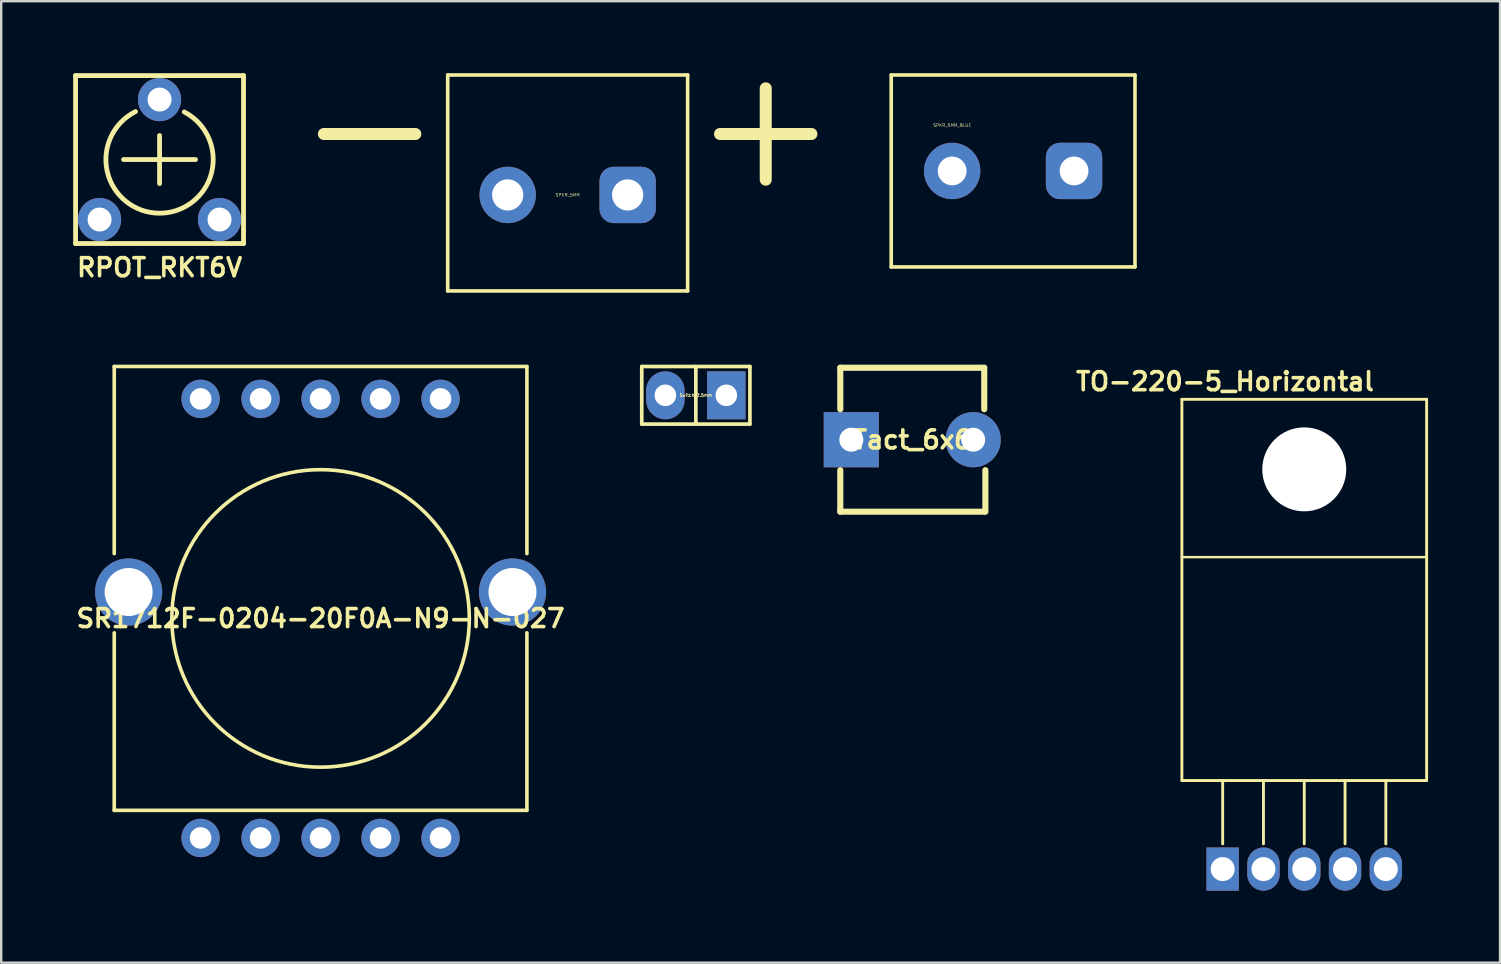
<source format=kicad_pcb>
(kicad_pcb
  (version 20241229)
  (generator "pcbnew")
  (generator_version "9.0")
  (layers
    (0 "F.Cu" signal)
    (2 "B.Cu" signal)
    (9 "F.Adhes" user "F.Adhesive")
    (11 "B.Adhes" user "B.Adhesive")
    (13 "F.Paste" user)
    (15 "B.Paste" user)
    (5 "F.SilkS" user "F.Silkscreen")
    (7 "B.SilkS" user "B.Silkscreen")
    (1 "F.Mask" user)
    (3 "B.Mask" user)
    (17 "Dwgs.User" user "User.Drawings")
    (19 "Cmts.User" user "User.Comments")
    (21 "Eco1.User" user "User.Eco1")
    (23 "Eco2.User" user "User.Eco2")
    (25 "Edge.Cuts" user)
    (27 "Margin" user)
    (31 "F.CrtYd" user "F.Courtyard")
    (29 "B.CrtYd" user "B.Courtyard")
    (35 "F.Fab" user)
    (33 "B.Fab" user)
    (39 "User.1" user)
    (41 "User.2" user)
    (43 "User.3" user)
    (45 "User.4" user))
  (footprint "Tact_6x6"
    (layer "F.Cu")
    (at 34.972 15.277)
    (property "Reference" "Tact_6x6" (at 0 0 180) (layer "F.SilkS") (effects (font (size 0.75 0.75) (thickness 0.15))))
    (attr through_hole)
    (fp_line (start -3 -3) (end -3 -1.27) (stroke (width 0.254) (type solid)) (layer "F.SilkS"))
    (fp_line (start -3 3) (end -3 1.27) (stroke (width 0.254) (type solid)) (layer "F.SilkS"))
    (fp_line (start -3 3) (end 3 3) (stroke (width 0.254) (type solid)) (layer "F.SilkS"))
    (fp_line (start 3 -3) (end -3 -3) (stroke (width 0.254) (type solid)) (layer "F.SilkS"))
    (fp_line (start 3 -1.27) (end 3 -3) (stroke (width 0.254) (type solid)) (layer "F.SilkS"))
    (fp_line (start 3.048 3) (end 3.048 1.27) (stroke (width 0.254) (type solid)) (layer "F.SilkS"))
    (pad "1" thru_hole rect (at -2.54 0) (size 2.3 2.3) (drill 1) (layers "*.Cu" "*.Mask"))
    (pad "2" thru_hole oval (at 2.54 0) (size 2.3 2.3) (drill 1) (layers "*.Cu" "*.Mask")))
  (footprint "Switch_2.5mm"
    (layer "F.Cu")
    (at 25.952 13.426)
    (property "Reference" "Switch_2.5mm" (at 0 0 0) (layer "F.SilkS") (effects (font (size 0.127 0.127) (thickness 0.025))))
    (attr through_hole)
    (fp_line (start -2.254 -1.2) (end 2.254 -1.2) (stroke (width 0.152) (type solid)) (layer "F.SilkS"))
    (fp_line (start -2.254 1.2) (end -2.254 -1.2) (stroke (width 0.152) (type solid)) (layer "F.SilkS"))
    (fp_line (start 0 1.2) (end 0 -1.2) (stroke (width 0.152) (type solid)) (layer "F.SilkS"))
    (fp_line (start 2.254 -1.2) (end 2.254 1.2) (stroke (width 0.152) (type solid)) (layer "F.SilkS"))
    (fp_line (start 2.254 1.2) (end -2.254 1.2) (stroke (width 0.152) (type solid)) (layer "F.SilkS"))
    (pad "1" thru_hole rect (at 1.27 0) (size 1.6 2) (drill 0.9) (layers "*.Cu" "*.Mask"))
    (pad "2" thru_hole oval (at -1.27 0) (size 1.6 2) (drill 0.9) (layers "*.Cu" "*.Mask")))
  (footprint "SR1712F-0204-20F0A-N9-N-027"
    (layer "F.Cu")
    (at 10.311 22.725)
    (property "Reference" "SR1712F-0204-20F0A-N9-N-027" (at 0 0 0) (layer "F.SilkS") (effects (font (size 0.75 0.75) (thickness 0.15))))
    (attr through_hole)
    (fp_line (start -8.6 -10.5) (end 8.6 -10.5) (stroke (width 0.15) (type solid)) (layer "F.SilkS"))
    (fp_line (start -8.6 -2.7) (end -8.6 -10.5) (stroke (width 0.15) (type solid)) (layer "F.SilkS"))
    (fp_line (start -8.6 8) (end -8.6 0.6) (stroke (width 0.15) (type solid)) (layer "F.SilkS"))
    (fp_line (start 8.6 -2.7) (end 8.6 -10.5) (stroke (width 0.15) (type solid)) (layer "F.SilkS"))
    (fp_line (start 8.6 0.6) (end 8.6 8) (stroke (width 0.15) (type solid)) (layer "F.SilkS"))
    (fp_line (start 8.6 8) (end -8.6 8) (stroke (width 0.15) (type solid)) (layer "F.SilkS"))
    (fp_circle (center 0 0) (end 6.2 0) (stroke (width 0.15) (type solid)) (fill no) (layer "F.SilkS"))
    (pad "" thru_hole circle (at -8 -1.1) (size 2.8 2.8) (drill 2) (layers "*.Cu" "*.Mask"))
    (pad "" thru_hole circle (at 8 -1.1) (size 2.8 2.8) (drill 2) (layers "*.Cu" "*.Mask"))
    (pad "1" thru_hole circle (at 5 9.15) (size 1.6 1.6) (drill 0.9) (layers "*.Cu" "*.Mask"))
    (pad "2" thru_hole circle (at 2.5 9.15) (size 1.6 1.6) (drill 0.9) (layers "*.Cu" "*.Mask"))
    (pad "3" thru_hole circle (at 0 9.15) (size 1.6 1.6) (drill 0.9) (layers "*.Cu" "*.Mask"))
    (pad "4" thru_hole circle (at -2.5 9.15) (size 1.6 1.6) (drill 0.9) (layers "*.Cu" "*.Mask"))
    (pad "5" thru_hole circle (at -5 9.15) (size 1.6 1.6) (drill 0.9) (layers "*.Cu" "*.Mask"))
    (pad "6" thru_hole circle (at -5 -9.15) (size 1.6 1.6) (drill 0.9) (layers "*.Cu" "*.Mask"))
    (pad "7" thru_hole circle (at -2.5 -9.15) (size 1.6 1.6) (drill 0.9) (layers "*.Cu" "*.Mask"))
    (pad "8" thru_hole circle (at 0 -9.15) (size 1.6 1.6) (drill 0.9) (layers "*.Cu" "*.Mask"))
    (pad "9" thru_hole circle (at 2.5 -9.15) (size 1.6 1.6) (drill 0.9) (layers "*.Cu" "*.Mask"))
    (pad "10" thru_hole circle (at 5 -9.15) (size 1.6 1.6) (drill 0.9) (layers "*.Cu" "*.Mask")))
  (footprint "SPKR_5MM"
    (layer "F.Cu")
    (at 20.61 5.075)
    (property "Reference" "SPKR_5MM" (at 0 0 0) (layer "F.SilkS") (effects (font (size 0.127 0.127) (thickness 0.015))))
    (attr through_hole)
    (fp_line (start -10.16 -2.54) (end -6.35 -2.54) (stroke (width 0.5) (type solid)) (layer "F.SilkS"))
    (fp_line (start -5 -5) (end -5 4) (stroke (width 0.15) (type solid)) (layer "F.SilkS"))
    (fp_line (start -5 4) (end 5 4) (stroke (width 0.15) (type solid)) (layer "F.SilkS"))
    (fp_line (start 5 -5) (end -5 -5) (stroke (width 0.15) (type solid)) (layer "F.SilkS"))
    (fp_line (start 5 -5) (end 5 4) (stroke (width 0.15) (type solid)) (layer "F.SilkS"))
    (fp_line (start 6.35 -2.54) (end 10.16 -2.54) (stroke (width 0.5) (type solid)) (layer "F.SilkS"))
    (fp_line (start 8.255 -0.635) (end 8.255 -4.445) (stroke (width 0.5) (type solid)) (layer "F.SilkS"))
    (pad "1" thru_hole roundrect (at 2.5 0) (size 2.35 2.35) (drill 1.3) (layers "*.Cu" "*.Mask") (roundrect_rratio 0.25))
    (pad "2" thru_hole circle (at -2.5 0) (size 2.35 2.35) (drill 1.3) (layers "*.Cu" "*.Mask")))
  (footprint "RPOT_RKT6V"
    (layer "F.Cu")
    (at 3.6 6.1)
    (property "Reference" "RPOT_RKT6V" (at 0 2 0) (layer "F.SilkS") (effects (font (size 0.75 0.75) (thickness 0.15))))
    (attr through_hole)
    (fp_line (start -3.5 -6) (end -3.5 1) (stroke (width 0.2) (type solid)) (layer "F.SilkS"))
    (fp_line (start -3.5 -6) (end 3.5 -6) (stroke (width 0.2) (type solid)) (layer "F.SilkS"))
    (fp_line (start -3.5 1) (end 3.5 1) (stroke (width 0.2) (type solid)) (layer "F.SilkS"))
    (fp_line (start 0 -3.5) (end 0 -1.5) (stroke (width 0.2) (type solid)) (layer "F.SilkS"))
    (fp_line (start 1.5 -2.5) (end -1.5 -2.5) (stroke (width 0.2) (type solid)) (layer "F.SilkS"))
    (fp_line (start 3.5 -6) (end 3.5 1) (stroke (width 0.2) (type solid)) (layer "F.SilkS"))
    (fp_arc (start 1.030249 -4.484587) (mid -0.016975 -0.263997) (end -1 -4.5) (stroke (width 0.2) (type solid)) (layer "F.SilkS"))
    (pad "1" thru_hole circle (at -2.5 0) (size 1.8 1.8) (drill 1) (layers "*.Cu" "*.Mask"))
    (pad "2" thru_hole circle (at 0 -5) (size 1.8 1.8) (drill 1) (layers "*.Cu" "*.Mask"))
    (pad "3" thru_hole circle (at 2.5 0) (size 1.8 1.8) (drill 1) (layers "*.Cu" "*.Mask")))
  (footprint "TO-220-5_Horizontal"
    (layer "F.Cu")
    (at 51.31 33.172)
    (property "Reference" "TO-220-5_Horizontal" (at -3.302 -20.32 0) (layer "F.SilkS") (effects (font (size 0.75 0.75) (thickness 0.15))))
    (attr through_hole)
    (fp_line (start -5.1 -19.58) (end -5.1 -3.69) (stroke (width 0.12) (type solid)) (layer "F.SilkS"))
    (fp_line (start -5.1 -19.58) (end 5.1 -19.58) (stroke (width 0.12) (type solid)) (layer "F.SilkS"))
    (fp_line (start -5.1 -3.69) (end 5.1 -3.69) (stroke (width 0.12) (type solid)) (layer "F.SilkS"))
    (fp_line (start -3.4 -3.69) (end -3.4 -1.05) (stroke (width 0.12) (type solid)) (layer "F.SilkS"))
    (fp_line (start -1.7 -3.69) (end -1.7 -1.05) (stroke (width 0.12) (type solid)) (layer "F.SilkS"))
    (fp_line (start 0 -3.69) (end 0 -1.05) (stroke (width 0.12) (type solid)) (layer "F.SilkS"))
    (fp_line (start 1.7 -3.69) (end 1.7 -1.05) (stroke (width 0.12) (type solid)) (layer "F.SilkS"))
    (fp_line (start 3.4 -3.69) (end 3.4 -1.05) (stroke (width 0.12) (type solid)) (layer "F.SilkS"))
    (fp_line (start 5.1 -19.58) (end 5.1 -3.69) (stroke (width 0.12) (type solid)) (layer "F.SilkS"))
    (fp_line (start 5.1 -13) (end -5.1 -13) (stroke (width 0.1) (type solid)) (layer "F.SilkS"))
    (pad "" np_thru_hole oval (at 0 -16.66) (size 3.5 3.5) (drill 3.5) (layers "*.Cu"))
    (pad "1" thru_hole rect (at -3.4 0) (size 1.35 1.8) (drill 1) (layers "*.Cu" "*.Mask"))
    (pad "2" thru_hole oval (at -1.7 0) (size 1.35 1.8) (drill 1) (layers "*.Cu" "*.Mask"))
    (pad "3" thru_hole oval (at 0 0) (size 1.35 1.8) (drill 1) (layers "*.Cu" "*.Mask"))
    (pad "4" thru_hole oval (at 1.7 0) (size 1.35 1.8) (drill 1) (layers "*.Cu" "*.Mask"))
    (pad "5" thru_hole oval (at 3.4 0) (size 1.35 1.8) (drill 1) (layers "*.Cu" "*.Mask")))
  (footprint "SPKR_5MM_BLUE"
    (layer "F.Cu")
    (at 39.175 4.075)
    (property "Reference" "SPKR_5MM_BLUE" (at -2.54 -1.905 0) (layer "F.SilkS") (effects (font (size 0.127 0.127) (thickness 0.015))))
    (attr through_hole)
    (fp_line (start -5.08 -4) (end -5.08 4) (stroke (width 0.15) (type solid)) (layer "F.SilkS"))
    (fp_line (start -5.08 4) (end 5.08 4) (stroke (width 0.15) (type solid)) (layer "F.SilkS"))
    (fp_line (start 5.08 -4) (end -5.08 -4) (stroke (width 0.15) (type solid)) (layer "F.SilkS"))
    (fp_line (start 5.08 -4) (end 5.08 4) (stroke (width 0.15) (type solid)) (layer "F.SilkS"))
    (pad "1" thru_hole roundrect (at 2.54 0) (size 2.35 2.35) (drill 1.2) (layers "*.Cu" "*.Mask") (roundrect_rratio 0.25))
    (pad "2" thru_hole circle (at -2.54 0) (size 2.35 2.35) (drill 1.2) (layers "*.Cu" "*.Mask")))
  (gr_rect
    (start -3 -3)
    (end 59.47 37.072)
    (stroke (width 0.1) (type default))
    (fill no)
    (layer "Edge.Cuts")))
</source>
